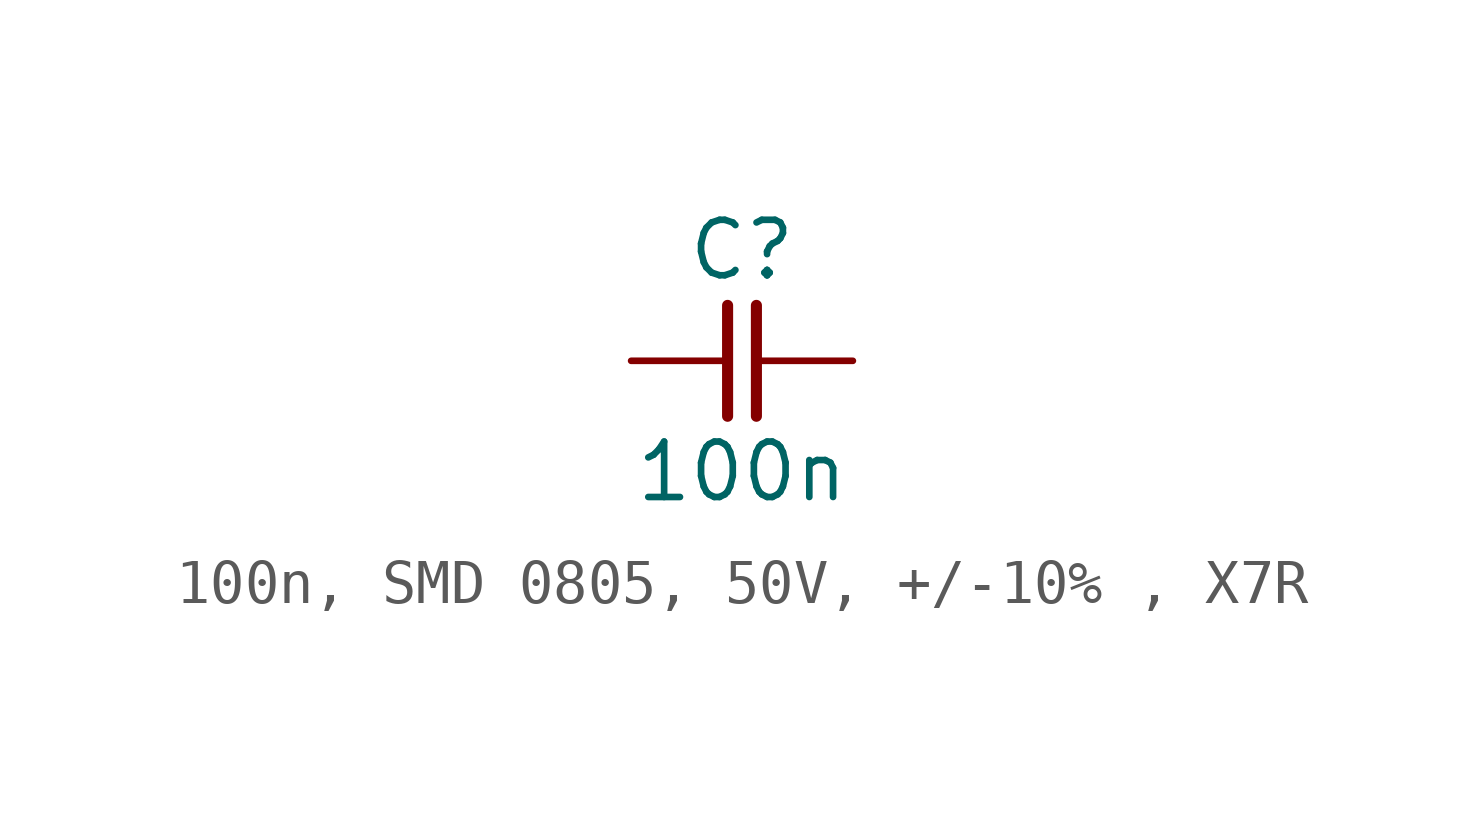
<source format=kicad_sym>
(kicad_symbol_lib
  (version 20220914)
  (generator kicad_symbol_editor)
  (symbol "100n, SMD 0805, 50V, +/-10% , X7R"
    (pin_numbers hide)
    (pin_names
      (offset 0) hide)
    (property "Reference" "C"
      (at 0 2.54 0)
      (effects (font (size 1.27 1.27))))
    (property "Value" "100n"
      (at 0 -2.54 0)
      (effects (font (size 1.27 1.27))))
    (symbol "100n, SMD 0805, 50V, +/-10% , X7R_0_1"
      (polyline (pts (xy -0.33 1.27) (xy -0.33 -1.27)) (stroke (width 0.254) (type default)) (fill (type none)))
      (polyline (pts (xy 0.33 1.27) (xy 0.33 -1.27)) (stroke (width 0.254) (type default)) (fill (type none))))
    (symbol "100n, SMD 0805, 50V, +/-10% , X7R_1_1"
      (pin passive line (at -2.54 0 0) (length 2.21) (name "1" (effects (font (size 1.27 1.27)))) (number "1" (effects (font (size 1.27 1.27)))))
      (pin passive line (at 2.54 0 180) (length 2.21) (name "2" (effects (font (size 1.27 1.27)))) (number "2" (effects (font (size 1.27 1.27))))))))
</source>
